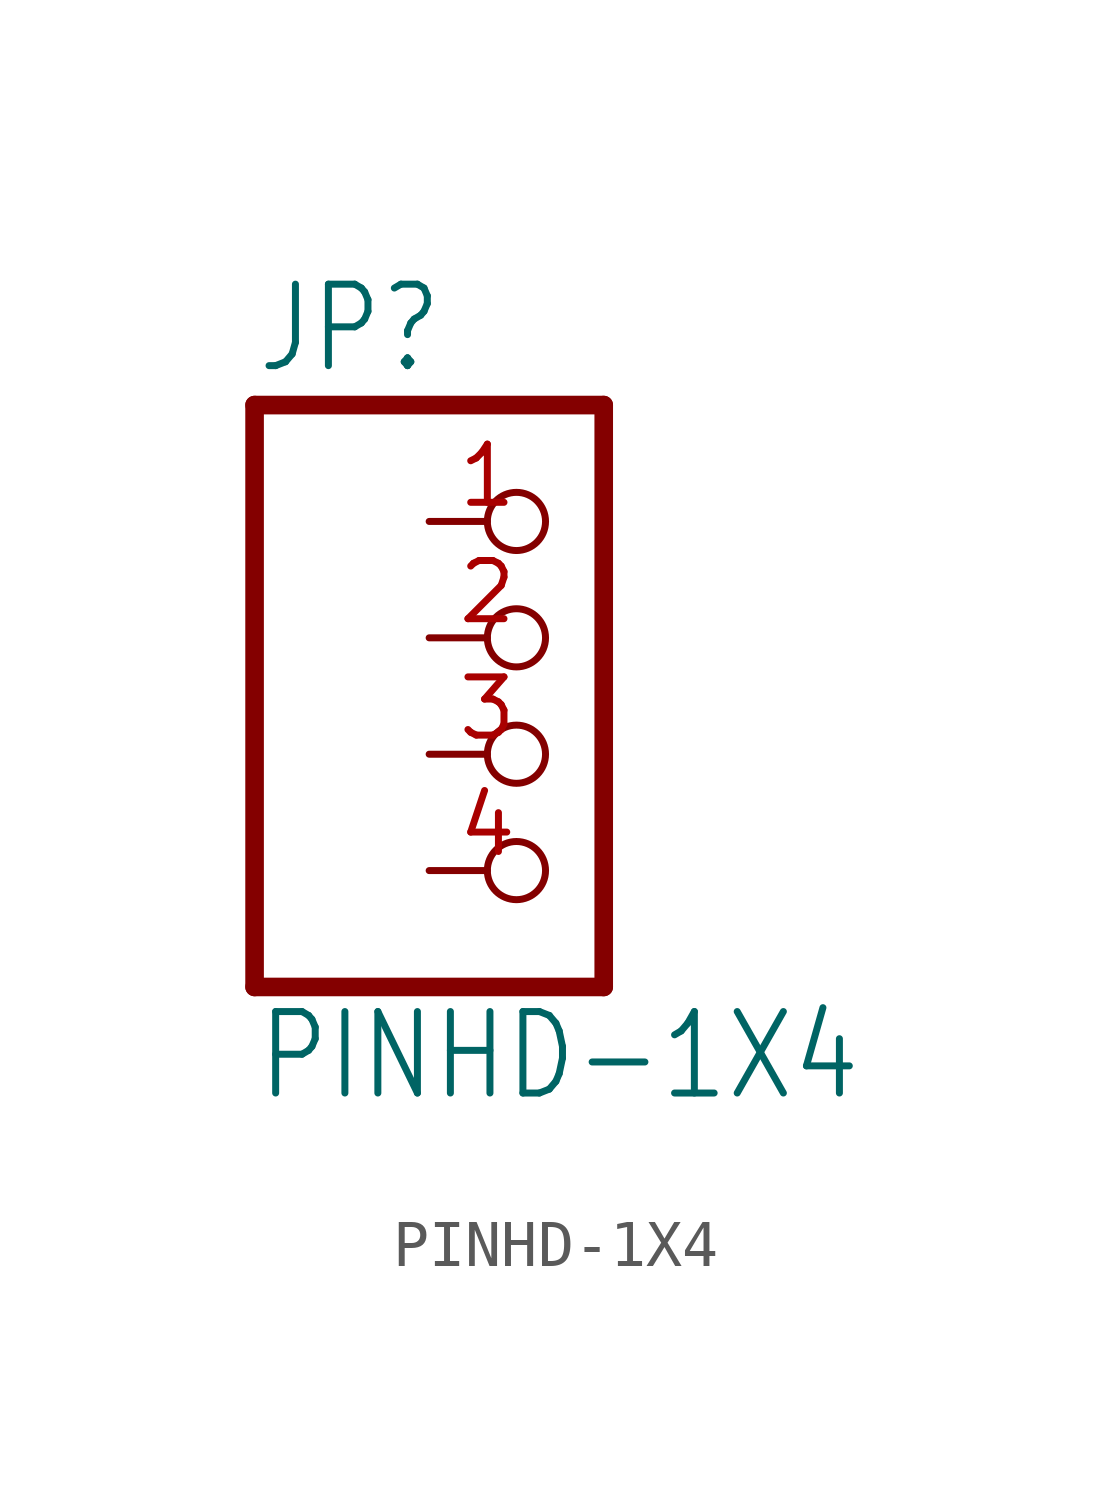
<source format=kicad_sym>
(kicad_symbol_lib
  (version 20211014)
  (generator kicad_symbol_editor)
  (symbol "PINHD-1X4"
    (property "Reference" "JP"
      (at -6.35 8.255 0)
      (effects (font (size 1.778 1.511)) (justify left bottom)))
    (property "Value" "PINHD-1X4"
      (at -6.35 -7.62 0)
      (effects (font (size 1.778 1.511)) (justify left bottom)))
    (property "ki_locked" ""
      (at 0 0 0)
      (effects (font (size 1.27 1.27))))
    (symbol "PINHD-1X4_1_0"
      (polyline (pts (xy -6.35 -5.08) (xy 1.27 -5.08)) (stroke (width 0.406) (type default) (color 0 0 0 0)) (fill (type none)))
      (polyline (pts (xy -6.35 7.62) (xy -6.35 -5.08)) (stroke (width 0.406) (type default) (color 0 0 0 0)) (fill (type none)))
      (polyline (pts (xy 1.27 -5.08) (xy 1.27 7.62)) (stroke (width 0.406) (type default) (color 0 0 0 0)) (fill (type none)))
      (polyline (pts (xy 1.27 7.62) (xy -6.35 7.62)) (stroke (width 0.406) (type default) (color 0 0 0 0)) (fill (type none)))
      (pin passive inverted (at -2.54 5.08 0) (length 2.54) (name "1" (effects (font (size 0 0)))) (number "1" (effects (font (size 1.27 1.27)))))
      (pin passive inverted (at -2.54 2.54 0) (length 2.54) (name "2" (effects (font (size 0 0)))) (number "2" (effects (font (size 1.27 1.27)))))
      (pin passive inverted (at -2.54 0 0) (length 2.54) (name "3" (effects (font (size 0 0)))) (number "3" (effects (font (size 1.27 1.27)))))
      (pin passive inverted (at -2.54 -2.54 0) (length 2.54) (name "4" (effects (font (size 0 0)))) (number "4" (effects (font (size 1.27 1.27))))))))
</source>
